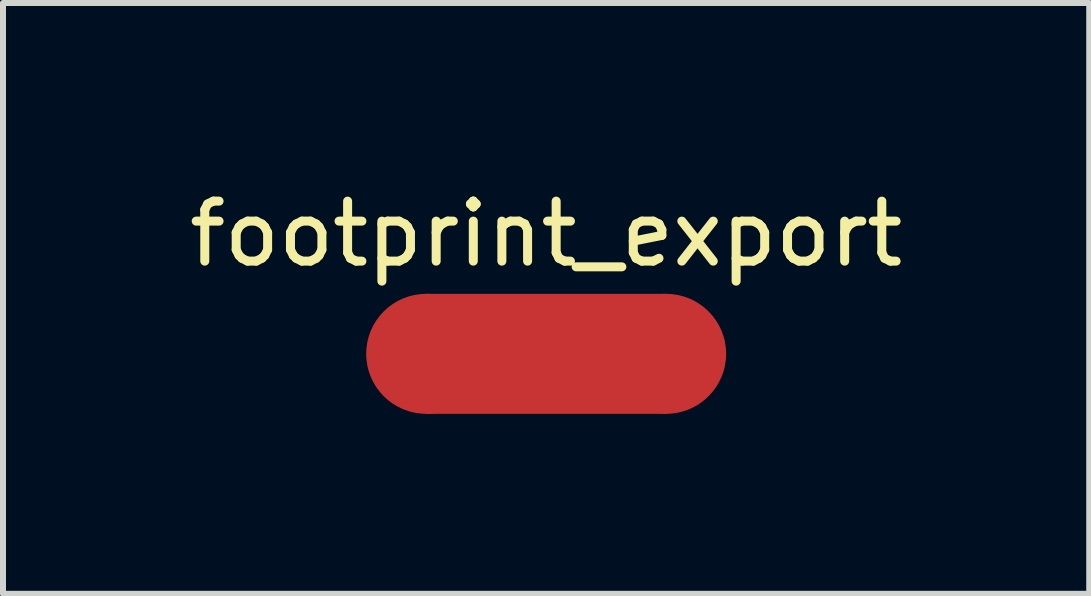
<source format=kicad_pcb>
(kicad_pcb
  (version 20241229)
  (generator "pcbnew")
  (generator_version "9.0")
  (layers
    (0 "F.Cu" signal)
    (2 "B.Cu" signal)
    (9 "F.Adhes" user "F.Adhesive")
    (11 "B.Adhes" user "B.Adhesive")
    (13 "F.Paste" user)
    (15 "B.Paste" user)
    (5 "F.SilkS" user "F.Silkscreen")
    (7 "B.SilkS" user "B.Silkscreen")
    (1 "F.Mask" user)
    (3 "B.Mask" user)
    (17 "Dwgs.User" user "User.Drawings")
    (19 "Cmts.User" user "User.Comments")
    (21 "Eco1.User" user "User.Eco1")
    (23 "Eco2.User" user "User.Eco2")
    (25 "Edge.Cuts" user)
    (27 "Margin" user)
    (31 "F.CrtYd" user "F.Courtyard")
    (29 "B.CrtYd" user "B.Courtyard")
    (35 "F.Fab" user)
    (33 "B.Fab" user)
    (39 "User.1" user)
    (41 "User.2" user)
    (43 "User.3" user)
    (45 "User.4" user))
  (footprint "footprint_export"
    (layer "F.Cu")
    (at 6.054 2.848)
    (property "Reference" "footprint_export" (at 0 -2 0) (layer "F.SilkS") (effects (font (size 1 1) (thickness 0.15))))
    (attr exclude_from_pos_files exclude_from_bom allow_missing_courtyard)
    (fp_poly (pts (xy -2 -1) (xy 2 -1) (xy 2 1) (xy -2 1)) (stroke (width 0) (type solid)) (fill yes) (layer "F.Cu"))
    (pad "1" smd circle (at -2 0) (size 2 2) (layers "F.Cu"))
    (pad "2" smd circle (at 2 0) (size 2 2) (layers "F.Cu")))
  (gr_rect
    (start -3 -3)
    (end 15.107 6.848)
    (stroke (width 0.1) (type default))
    (fill no)
    (layer "Edge.Cuts")))
</source>
